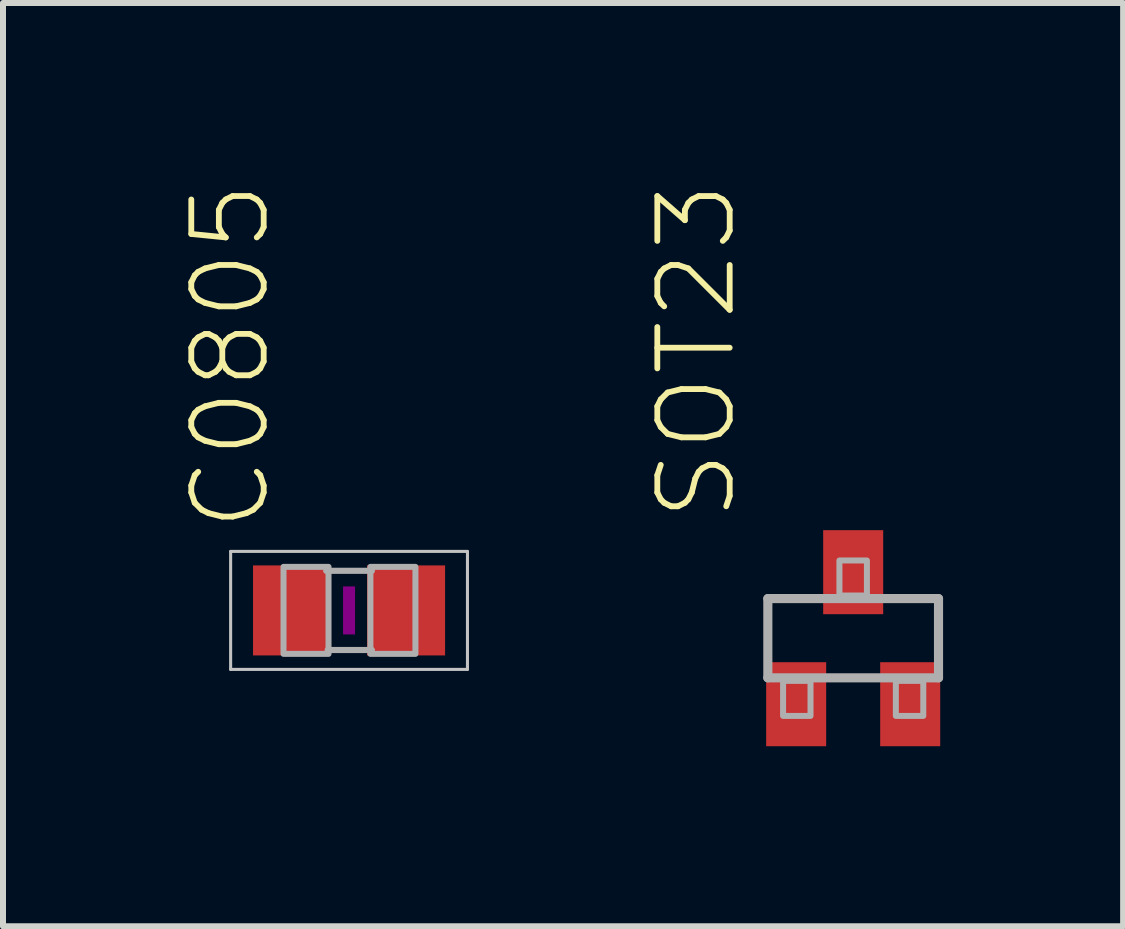
<source format=kicad_pcb>
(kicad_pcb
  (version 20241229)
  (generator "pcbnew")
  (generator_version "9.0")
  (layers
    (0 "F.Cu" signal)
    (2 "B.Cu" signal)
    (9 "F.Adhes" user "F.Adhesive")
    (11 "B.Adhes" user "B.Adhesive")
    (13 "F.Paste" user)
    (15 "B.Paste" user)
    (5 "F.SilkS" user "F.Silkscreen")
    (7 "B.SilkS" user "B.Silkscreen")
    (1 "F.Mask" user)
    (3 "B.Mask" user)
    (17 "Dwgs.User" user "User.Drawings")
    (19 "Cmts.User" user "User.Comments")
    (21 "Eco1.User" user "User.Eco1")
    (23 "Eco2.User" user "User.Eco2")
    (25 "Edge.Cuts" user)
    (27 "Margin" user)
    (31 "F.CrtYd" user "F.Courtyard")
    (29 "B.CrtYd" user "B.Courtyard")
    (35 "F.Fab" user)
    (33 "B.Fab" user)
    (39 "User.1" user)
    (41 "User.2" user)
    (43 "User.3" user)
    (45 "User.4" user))
  (footprint "SOT23"
    (layer "F.Cu")
    (at 11.166 7.584)
    (property "Reference" "SOT23" (at -1.905 -1.905 270) (layer "F.SilkS") (effects (font (size 1.206 1.206) (thickness 0.097)) (justify left bottom)))
    (attr through_hole)
    (fp_line (start -1.422 -0.66) (end 1.422 -0.66) (stroke (width 0.152) (type solid)) (layer "F.Fab"))
    (fp_line (start -1.422 0.66) (end -1.422 -0.66) (stroke (width 0.152) (type solid)) (layer "F.Fab"))
    (fp_line (start 1.422 -0.66) (end 1.422 0.66) (stroke (width 0.152) (type solid)) (layer "F.Fab"))
    (fp_line (start 1.422 0.66) (end -1.422 0.66) (stroke (width 0.152) (type solid)) (layer "F.Fab"))
    (fp_poly (pts (xy -1.168 1.295) (xy -0.711 1.295) (xy -0.711 0.711) (xy -1.168 0.711)) (stroke (width 0.1) (type solid)) (fill no) (layer "F.Fab"))
    (fp_poly (pts (xy -0.229 -0.711) (xy 0.229 -0.711) (xy 0.229 -1.295) (xy -0.229 -1.295)) (stroke (width 0.1) (type solid)) (fill no) (layer "F.Fab"))
    (fp_poly (pts (xy 0.711 1.295) (xy 1.168 1.295) (xy 1.168 0.711) (xy 0.711 0.711)) (stroke (width 0.1) (type solid)) (fill no) (layer "F.Fab"))
    (pad "1" smd rect (at -0.95 1.1) (size 1 1.4) (layers "F.Cu" "F.Mask" "F.Paste"))
    (pad "2" smd rect (at 0.95 1.1) (size 1 1.4) (layers "F.Cu" "F.Mask" "F.Paste"))
    (pad "3" smd rect (at 0 -1.1) (size 1 1.4) (layers "F.Cu" "F.Mask" "F.Paste")))
  (footprint "C0805"
    (layer "F.Cu")
    (at 2.766 7.121)
    (property "Reference" "C0805" (at -1.27 -1.27 270) (layer "F.SilkS") (effects (font (size 1.206 1.206) (thickness 0.097)) (justify left bottom)))
    (attr through_hole)
    (fp_poly (pts (xy -0.1 0.4) (xy 0.1 0.4) (xy 0.1 -0.4) (xy -0.1 -0.4)) (stroke (width 0) (type solid)) (fill yes) (layer "F.Adhes"))
    (fp_line (start -1.973 -0.983) (end 1.973 -0.983) (stroke (width 0.051) (type solid)) (layer "Dwgs.User"))
    (fp_line (start -1.973 0.983) (end -1.973 -0.983) (stroke (width 0.051) (type solid)) (layer "Dwgs.User"))
    (fp_line (start 1.973 -0.983) (end 1.973 0.983) (stroke (width 0.051) (type solid)) (layer "Dwgs.User"))
    (fp_line (start 1.973 0.983) (end -1.973 0.983) (stroke (width 0.051) (type solid)) (layer "Dwgs.User"))
    (fp_line (start -0.381 -0.66) (end 0.381 -0.66) (stroke (width 0.102) (type solid)) (layer "F.Fab"))
    (fp_line (start -0.356 0.66) (end 0.381 0.66) (stroke (width 0.102) (type solid)) (layer "F.Fab"))
    (fp_poly (pts (xy -1.092 0.724) (xy -0.342 0.724) (xy -0.342 -0.726) (xy -1.092 -0.726)) (stroke (width 0.1) (type solid)) (fill no) (layer "F.Fab"))
    (fp_poly (pts (xy 0.356 0.724) (xy 1.106 0.724) (xy 1.106 -0.726) (xy 0.356 -0.726)) (stroke (width 0.1) (type solid)) (fill no) (layer "F.Fab"))
    (pad "1" smd rect (at -0.95 0) (size 1.3 1.5) (layers "F.Cu" "F.Mask" "F.Paste"))
    (pad "2" smd rect (at 0.95 0) (size 1.3 1.5) (layers "F.Cu" "F.Mask" "F.Paste")))
  (gr_rect
    (start -3 -3)
    (end 15.664 12.384)
    (stroke (width 0.1) (type default))
    (fill no)
    (layer "Edge.Cuts")))
</source>
